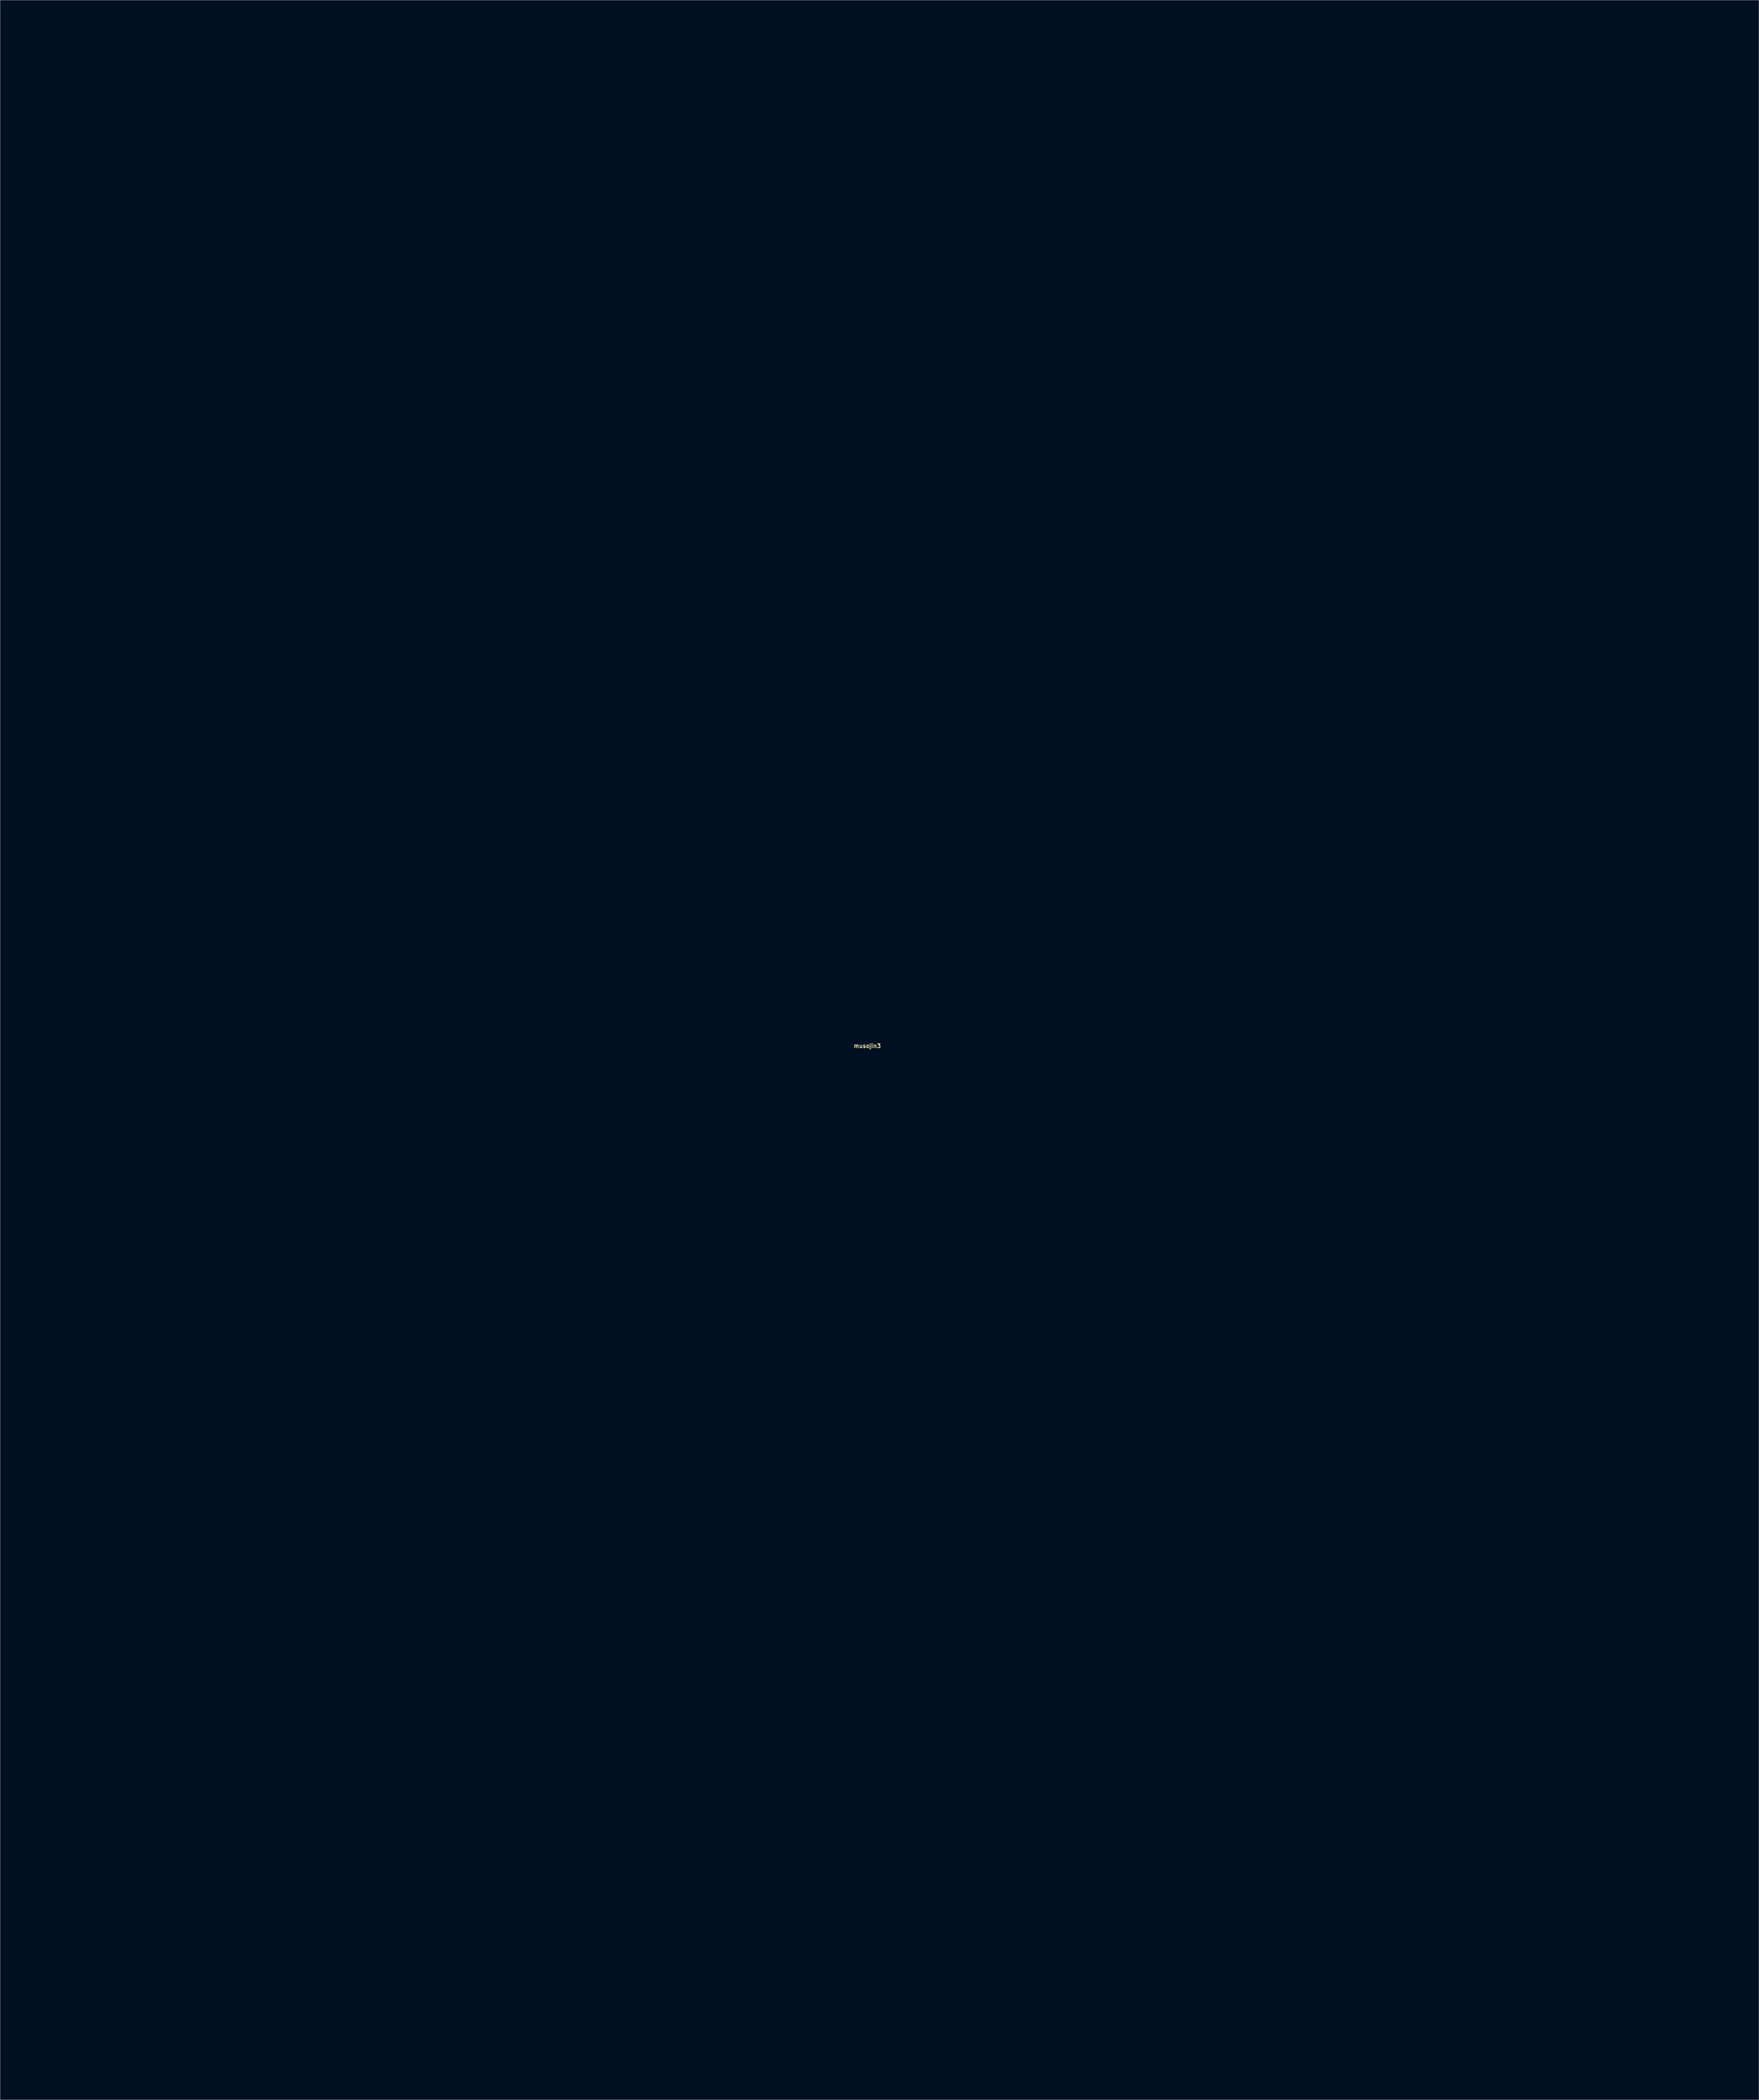
<source format=kicad_pcb>
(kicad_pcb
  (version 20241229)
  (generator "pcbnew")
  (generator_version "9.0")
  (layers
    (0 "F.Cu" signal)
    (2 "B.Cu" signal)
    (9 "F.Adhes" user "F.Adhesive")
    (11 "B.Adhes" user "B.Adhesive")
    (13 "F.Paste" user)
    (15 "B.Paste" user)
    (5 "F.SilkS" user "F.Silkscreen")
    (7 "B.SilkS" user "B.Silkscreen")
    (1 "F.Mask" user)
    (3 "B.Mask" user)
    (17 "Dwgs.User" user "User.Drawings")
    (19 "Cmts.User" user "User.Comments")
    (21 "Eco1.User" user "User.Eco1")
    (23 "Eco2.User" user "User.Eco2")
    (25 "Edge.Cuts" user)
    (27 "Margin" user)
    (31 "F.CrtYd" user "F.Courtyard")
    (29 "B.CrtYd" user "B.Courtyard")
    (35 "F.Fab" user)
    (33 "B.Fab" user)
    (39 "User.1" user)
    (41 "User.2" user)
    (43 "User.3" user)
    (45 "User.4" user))
  (footprint "musojin3"
    (layer "F.Cu")
    (at 327.975 396.085)
    (property "Reference" "musojin3" (at 0 0 0) (layer "F.SilkS") (effects (font (size 1.524 1.524) (thickness 0.3))))
    (attr through_hole)
    (fp_poly (pts (xy 254.637 360.164) (xy 254.877 364.331) (xy 258.473 364.331) (xy 260.853 364.575) (xy 261.786 365.153) (xy 261.311 365.837) (xy 259.463 366.4) (xy 258.105 366.56) (xy 254.794 366.804) (xy 254.794 373.75) (xy 254.893 378.017) (xy 255.285 380.88) (xy 256.11 382.517) (xy 257.51 383.103) (xy 259.625 382.815) (xy 261.541 382.211) (xy 262.325 382.069) (xy 261.969 382.67) (xy 260.901 383.708) (xy 258.048 385.363) (xy 254.817 385.702) (xy 252.016 384.814) (xy 250.803 384.009) (xy 250.008 383.02) (xy 249.544 381.519) (xy 249.322 379.176) (xy 249.253 375.661) (xy 249.25 374.502) (xy 249.238 366.813) (xy 246.658 366.564) (xy 244.078 366.316) (xy 247.253 364.662) (xy 250.453 362.177) (xy 252.412 359.502) (xy 254.397 355.997) (xy 254.637 360.164)) (stroke (width 0.01) (type solid)) (fill no) (layer "Eco2.User"))
    (fp_poly (pts (xy 237.664 365.198) (xy 239.854 366.438) (xy 241.047 368.177) (xy 241.137 369.447) (xy 240.395 371.004) (xy 239.027 371.359) (xy 237.385 370.559) (xy 235.874 368.739) (xy 234.114 366.554) (xy 232.396 365.916) (xy 230.827 366.828) (xy 229.75 368.671) (xy 228.805 371.707) (xy 228.732 374.659) (xy 229.438 378.031) (xy 230.817 380.884) (xy 232.848 382.614) (xy 235.193 383.15) (xy 237.512 382.42) (xy 239.468 380.352) (xy 239.567 380.183) (xy 240.758 378.464) (xy 241.604 377.888) (xy 241.89 378.512) (xy 241.669 379.611) (xy 240.061 382.457) (xy 237.405 384.463) (xy 234.078 385.489) (xy 230.457 385.399) (xy 228.02 384.629) (xy 225.034 382.52) (xy 223.148 379.615) (xy 222.353 376.254) (xy 222.639 372.776) (xy 223.996 369.522) (xy 226.415 366.83) (xy 228.559 365.54) (xy 231.672 364.642) (xy 234.822 364.564) (xy 237.664 365.198)) (stroke (width 0.01) (type solid)) (fill no) (layer "Eco2.User"))
    (fp_poly (pts (xy -66.935 364.637) (xy -63.342 365.753) (xy -60.437 367.852) (xy -58.48 370.804) (xy -57.729 374.479) (xy -57.727 374.65) (xy -58.451 378.254) (xy -60.416 381.34) (xy -63.314 383.727) (xy -66.834 385.239) (xy -70.669 385.695) (xy -74.508 384.917) (xy -75.077 384.678) (xy -78.351 382.424) (xy -80.344 379.28) (xy -80.963 375.694) (xy -80.881 375.104) (xy -74.492 375.104) (xy -74.274 377.317) (xy -73.338 380.605) (xy -71.806 382.866) (xy -69.897 383.958) (xy -67.834 383.739) (xy -66.203 382.504) (xy -65.13 380.356) (xy -64.628 377.301) (xy -64.691 373.909) (xy -65.313 370.751) (xy -66.362 368.557) (xy -68.387 366.623) (xy -70.339 366.114) (xy -72.07 366.869) (xy -73.437 368.726) (xy -74.292 371.525) (xy -74.492 375.104) (xy -80.881 375.104) (xy -80.381 371.506) (xy -78.602 368.329) (xy -75.573 366.072) (xy -75.155 365.874) (xy -70.959 364.634) (xy -66.935 364.637)) (stroke (width 0.01) (type solid)) (fill no) (layer "Eco2.User"))
    (fp_poly (pts (xy 279.934 364.637) (xy 283.527 365.753) (xy 286.431 367.852) (xy 288.389 370.804) (xy 289.14 374.479) (xy 289.141 374.65) (xy 288.418 378.254) (xy 286.452 381.34) (xy 283.555 383.727) (xy 280.034 385.239) (xy 276.2 385.695) (xy 272.36 384.917) (xy 271.792 384.678) (xy 268.518 382.424) (xy 266.525 379.28) (xy 265.906 375.694) (xy 265.988 375.104) (xy 272.377 375.104) (xy 272.595 377.317) (xy 273.53 380.605) (xy 275.063 382.866) (xy 276.971 383.958) (xy 279.035 383.739) (xy 280.666 382.504) (xy 281.739 380.356) (xy 282.241 377.301) (xy 282.178 373.909) (xy 281.556 370.751) (xy 280.507 368.557) (xy 278.481 366.623) (xy 276.53 366.114) (xy 274.799 366.869) (xy 273.432 368.726) (xy 272.576 371.525) (xy 272.377 375.104) (xy 265.988 375.104) (xy 266.487 371.506) (xy 268.266 368.329) (xy 271.296 366.072) (xy 271.714 365.874) (xy 275.91 364.634) (xy 279.934 364.637)) (stroke (width 0.01) (type solid)) (fill no) (layer "Eco2.User"))
    (fp_poly (pts (xy -84.67 364.917) (xy -83.24 366.372) (xy -82.745 368.241) (xy -83.354 370.069) (xy -84.386 370.997) (xy -85.65 371.389) (xy -86.833 370.611) (xy -87.3 370.075) (xy -88.504 368.433) (xy -89.139 367.297) (xy -89.761 366.867) (xy -90.988 367.732) (xy -91.753 368.788) (xy -92.258 370.434) (xy -92.573 373.017) (xy -92.749 376.255) (xy -92.863 379.633) (xy -92.833 381.765) (xy -92.582 382.992) (xy -92.033 383.653) (xy -91.109 384.089) (xy -90.963 384.145) (xy -89.462 384.847) (xy -88.9 385.346) (xy -89.633 385.534) (xy -91.589 385.678) (xy -94.403 385.755) (xy -95.647 385.762) (xy -98.696 385.686) (xy -101.027 385.483) (xy -102.278 385.191) (xy -102.394 385.061) (xy -101.736 384.311) (xy -100.889 383.967) (xy -99.947 383.37) (xy -99.392 381.949) (xy -99.077 379.322) (xy -99.076 379.31) (xy -98.894 374.397) (xy -99.106 370.466) (xy -99.687 367.694) (xy -100.613 366.256) (xy -100.913 366.121) (xy -102.292 365.538) (xy -102.25 364.978) (xy -100.95 364.544) (xy -98.556 364.337) (xy -98.028 364.331) (xy -95.505 364.4) (xy -94.191 364.698) (xy -93.709 365.362) (xy -93.662 365.919) (xy -93.465 367.21) (xy -93.192 367.506) (xy -92.304 367.063) (xy -90.795 365.99) (xy -90.704 365.919) (xy -88.704 364.781) (xy -86.865 364.331) (xy -84.67 364.917)) (stroke (width 0.01) (type solid)) (fill no) (layer "Eco2.User"))
    (fp_poly (pts (xy 59.792 364.917) (xy 61.222 366.372) (xy 61.717 368.241) (xy 61.108 370.069) (xy 60.077 370.997) (xy 58.813 371.389) (xy 57.629 370.611) (xy 57.163 370.075) (xy 55.958 368.433) (xy 55.323 367.297) (xy 54.701 366.867) (xy 53.475 367.732) (xy 52.709 368.788) (xy 52.205 370.434) (xy 51.889 373.017) (xy 51.714 376.255) (xy 51.6 379.633) (xy 51.63 381.765) (xy 51.881 382.992) (xy 52.43 383.653) (xy 53.354 384.089) (xy 53.5 384.145) (xy 55 384.847) (xy 55.562 385.346) (xy 54.83 385.534) (xy 52.874 385.678) (xy 50.059 385.755) (xy 48.816 385.762) (xy 45.767 385.686) (xy 43.435 385.483) (xy 42.185 385.191) (xy 42.069 385.061) (xy 42.726 384.311) (xy 43.573 383.967) (xy 44.516 383.37) (xy 45.071 381.949) (xy 45.386 379.322) (xy 45.387 379.31) (xy 45.569 374.397) (xy 45.357 370.466) (xy 44.776 367.694) (xy 43.849 366.256) (xy 43.549 366.121) (xy 42.17 365.538) (xy 42.213 364.978) (xy 43.513 364.544) (xy 45.906 364.337) (xy 46.434 364.331) (xy 48.957 364.4) (xy 50.272 364.698) (xy 50.753 365.362) (xy 50.8 365.919) (xy 50.998 367.21) (xy 51.27 367.506) (xy 52.158 367.063) (xy 53.667 365.99) (xy 53.758 365.919) (xy 55.759 364.781) (xy 57.597 364.331) (xy 59.792 364.917)) (stroke (width 0.01) (type solid)) (fill no) (layer "Eco2.User"))
    (fp_poly (pts (xy 309.824 364.917) (xy 311.253 366.372) (xy 311.748 368.241) (xy 311.14 370.069) (xy 310.108 370.997) (xy 308.844 371.389) (xy 307.661 370.611) (xy 307.194 370.075) (xy 305.989 368.433) (xy 305.355 367.297) (xy 304.732 366.867) (xy 303.506 367.732) (xy 302.741 368.788) (xy 302.236 370.434) (xy 301.92 373.017) (xy 301.745 376.255) (xy 301.631 379.633) (xy 301.661 381.765) (xy 301.912 382.992) (xy 302.461 383.653) (xy 303.385 384.089) (xy 303.531 384.145) (xy 305.032 384.847) (xy 305.594 385.346) (xy 304.861 385.534) (xy 302.905 385.678) (xy 300.091 385.755) (xy 298.847 385.762) (xy 295.798 385.686) (xy 293.466 385.483) (xy 292.216 385.191) (xy 292.1 385.061) (xy 292.758 384.311) (xy 293.604 383.967) (xy 294.547 383.37) (xy 295.102 381.949) (xy 295.417 379.322) (xy 295.418 379.31) (xy 295.6 374.397) (xy 295.388 370.466) (xy 294.807 367.694) (xy 293.88 366.256) (xy 293.581 366.121) (xy 292.201 365.538) (xy 292.244 364.978) (xy 293.544 364.544) (xy 295.938 364.337) (xy 296.466 364.331) (xy 298.989 364.4) (xy 300.303 364.698) (xy 300.785 365.362) (xy 300.831 365.919) (xy 301.029 367.21) (xy 301.301 367.506) (xy 302.189 367.063) (xy 303.698 365.99) (xy 303.79 365.919) (xy 305.79 364.781) (xy 307.628 364.331) (xy 309.824 364.917)) (stroke (width 0.01) (type solid)) (fill no) (layer "Eco2.User"))
    (fp_poly (pts (xy 78.81 364.968) (xy 81.786 366.676) (xy 83.934 369.154) (xy 84.908 372.1) (xy 84.931 372.638) (xy 84.879 373.585) (xy 84.518 374.176) (xy 83.547 374.494) (xy 81.66 374.624) (xy 78.556 374.65) (xy 77.688 374.65) (xy 70.445 374.65) (xy 70.954 377.192) (xy 72.077 380.034) (xy 73.973 382.208) (xy 76.255 383.314) (xy 76.934 383.378) (xy 78.988 382.962) (xy 81.309 381.948) (xy 81.577 381.791) (xy 83.638 380.604) (xy 84.575 380.314) (xy 84.57 380.913) (xy 84.189 381.698) (xy 82.765 383.085) (xy 80.318 384.378) (xy 77.406 385.346) (xy 74.587 385.758) (xy 74.398 385.76) (xy 71.909 385.328) (xy 69.427 384.288) (xy 69.347 384.24) (xy 67.262 382.673) (xy 65.628 380.963) (xy 65.577 380.891) (xy 64.612 378.417) (xy 64.346 375.219) (xy 64.754 372.166) (xy 70.902 372.166) (xy 71.247 372.811) (xy 72.522 373.036) (xy 74.622 373.062) (xy 77.263 372.907) (xy 78.687 372.373) (xy 79.136 371.747) (xy 79.115 369.913) (xy 78.151 367.917) (xy 76.648 366.435) (xy 75.733 366.082) (xy 73.832 366.543) (xy 72.191 368.276) (xy 71.132 370.88) (xy 70.902 372.166) (xy 64.754 372.166) (xy 64.777 371.995) (xy 65.611 369.886) (xy 67.738 367.52) (xy 70.767 365.583) (xy 74.014 364.464) (xy 75.355 364.331) (xy 78.81 364.968)) (stroke (width 0.01) (type solid)) (fill no) (layer "Eco2.User"))
    (fp_poly (pts (xy -168.108 -391.051) (xy -166.953 -390.341) (xy -164.969 -388.701) (xy -162.401 -386.371) (xy -159.493 -383.589) (xy -156.49 -380.596) (xy -153.638 -377.63) (xy -151.181 -374.93) (xy -149.375 -372.75) (xy -147.627 -370.453) (xy -141.48 -372.273) (xy -138.656 -373.133) (xy -134.719 -374.365) (xy -130.062 -375.843) (xy -125.081 -377.443) (xy -121.383 -378.643) (xy -114.089 -380.939) (xy -108.234 -382.596) (xy -103.802 -383.617) (xy -100.782 -384.006) (xy -99.158 -383.766) (xy -98.925 -383.548) (xy -99.284 -382.744) (xy -100.653 -381.281) (xy -102.761 -379.438) (xy -103.403 -378.926) (xy -106.749 -376.109) (xy -110.799 -372.393) (xy -115.236 -368.094) (xy -119.745 -363.531) (xy -124.011 -359.022) (xy -127.716 -354.884) (xy -129.894 -352.27) (xy -136.925 -343.896) (xy -143.617 -336.838) (xy -149.918 -331.146) (xy -155.774 -326.87) (xy -159.055 -325.003) (xy -161.853 -323.683) (xy -164.228 -322.711) (xy -165.726 -322.271) (xy -165.85 -322.262) (xy -166.859 -322.805) (xy -168.723 -324.295) (xy -171.207 -326.528) (xy -174.076 -329.297) (xy -175.169 -330.398) (xy -180.931 -336.617) (xy -185.335 -342.169) (xy -188.432 -347.124) (xy -190.269 -351.555) (xy -190.49 -352.383) (xy -190.975 -355.051) (xy -190.923 -357.405) (xy -190.296 -360.258) (xy -190.112 -360.915) (xy -187.806 -367.131) (xy -184.368 -373.496) (xy -179.69 -380.184) (xy -174.082 -386.904) (xy -171.849 -389.294) (xy -170.273 -390.631) (xy -169.052 -391.125) (xy -168.108 -391.051)) (stroke (width 0.01) (type solid)) (fill no) (layer "Eco2.User"))
    (fp_poly (pts (xy 100.306 364.513) (xy 103.033 365.136) (xy 105.12 366.31) (xy 105.755 367.03) (xy 106.028 368.19) (xy 106.236 370.497) (xy 106.343 373.507) (xy 106.35 374.387) (xy 106.422 378.35) (xy 106.664 380.98) (xy 107.147 382.527) (xy 107.939 383.241) (xy 108.829 383.381) (xy 110.072 383.709) (xy 110.331 384.126) (xy 109.628 384.787) (xy 107.866 385.263) (xy 105.569 385.506) (xy 103.262 385.467) (xy 101.467 385.094) (xy 101.238 384.987) (xy 99.258 384.425) (xy 97.783 384.888) (xy 94.71 385.716) (xy 91.664 385.103) (xy 90.664 384.527) (xy 89.235 382.741) (xy 88.9 380.616) (xy 89.069 379.78) (xy 94.42 379.78) (xy 94.769 382.258) (xy 95.829 383.247) (xy 97.461 383.194) (xy 99.105 382.174) (xy 99.571 381.617) (xy 100.36 379.699) (xy 100.784 377.129) (xy 100.806 376.446) (xy 100.806 373.039) (xy 97.83 374.917) (xy 95.428 377.14) (xy 94.42 379.78) (xy 89.069 379.78) (xy 89.366 378.317) (xy 90.892 376.399) (xy 93.675 374.677) (xy 96.384 373.523) (xy 99.006 372.219) (xy 100.318 370.73) (xy 100.5 370.208) (xy 100.492 367.997) (xy 99.49 366.542) (xy 97.937 366.015) (xy 96.273 366.588) (xy 95.084 368.102) (xy 93.757 369.731) (xy 92.121 370.372) (xy 90.656 369.99) (xy 89.845 368.549) (xy 89.835 368.482) (xy 90.292 366.854) (xy 91.932 365.61) (xy 94.391 364.783) (xy 97.304 364.406) (xy 100.306 364.513)) (stroke (width 0.01) (type solid)) (fill no) (layer "Eco2.User"))
    (fp_poly (pts (xy 209.05 364.513) (xy 211.777 365.136) (xy 213.863 366.31) (xy 214.499 367.03) (xy 214.772 368.19) (xy 214.98 370.497) (xy 215.087 373.507) (xy 215.094 374.387) (xy 215.165 378.35) (xy 215.408 380.98) (xy 215.891 382.527) (xy 216.683 383.241) (xy 217.572 383.381) (xy 218.816 383.709) (xy 219.075 384.126) (xy 218.371 384.787) (xy 216.61 385.263) (xy 214.313 385.506) (xy 212.006 385.467) (xy 210.211 385.094) (xy 209.982 384.987) (xy 208.001 384.425) (xy 206.526 384.888) (xy 203.454 385.716) (xy 200.408 385.103) (xy 199.408 384.527) (xy 197.978 382.741) (xy 197.644 380.616) (xy 197.813 379.78) (xy 203.164 379.78) (xy 203.513 382.258) (xy 204.573 383.247) (xy 206.205 383.194) (xy 207.849 382.174) (xy 208.314 381.617) (xy 209.104 379.699) (xy 209.527 377.129) (xy 209.55 376.446) (xy 209.55 373.039) (xy 206.573 374.917) (xy 204.172 377.14) (xy 203.164 379.78) (xy 197.813 379.78) (xy 198.109 378.317) (xy 199.636 376.399) (xy 202.419 374.677) (xy 205.127 373.523) (xy 207.75 372.219) (xy 209.062 370.73) (xy 209.243 370.208) (xy 209.235 367.997) (xy 208.234 366.542) (xy 206.681 366.015) (xy 205.017 366.588) (xy 203.828 368.102) (xy 202.501 369.731) (xy 200.864 370.372) (xy 199.4 369.99) (xy 198.589 368.549) (xy 198.579 368.482) (xy 199.035 366.854) (xy 200.676 365.61) (xy 203.135 364.783) (xy 206.048 364.406) (xy 209.05 364.513)) (stroke (width 0.01) (type solid)) (fill no) (layer "Eco2.User"))
    (fp_poly (pts (xy 13.726 352.549) (xy 14.486 352.566) (xy 20.109 352.771) (xy 24.431 353.14) (xy 27.739 353.752) (xy 30.316 354.686) (xy 32.448 356.018) (xy 34.42 357.829) (xy 34.689 358.113) (xy 37.377 362.069) (xy 38.735 366.508) (xy 38.807 371.112) (xy 37.634 375.564) (xy 35.26 379.549) (xy 31.726 382.748) (xy 31.357 382.984) (xy 29.884 383.868) (xy 28.57 384.507) (xy 27.118 384.946) (xy 25.233 385.233) (xy 22.619 385.414) (xy 18.981 385.535) (xy 14.551 385.632) (xy 9.13 385.701) (xy 5.221 385.648) (xy 2.755 385.472) (xy 1.66 385.168) (xy 1.587 385.037) (xy 2.247 384.322) (xy 3.078 384.175) (xy 4.289 383.963) (xy 5.188 383.186) (xy 5.838 381.631) (xy 6.301 379.084) (xy 6.64 375.332) (xy 6.712 374.052) (xy 14.422 374.052) (xy 14.5 378.4) (xy 14.704 381.315) (xy 15.037 382.87) (xy 15.159 383.078) (xy 16.824 383.975) (xy 19.33 384.126) (xy 22.141 383.572) (xy 24.687 382.373) (xy 27.551 379.727) (xy 29.328 376.245) (xy 30.107 371.718) (xy 30.161 369.857) (xy 29.62 364.61) (xy 28.054 360.322) (xy 25.56 357.119) (xy 22.23 355.123) (xy 18.464 354.46) (xy 14.684 354.409) (xy 14.467 368.196) (xy 14.422 374.052) (xy 6.712 374.052) (xy 6.863 371.342) (xy 7.078 365.685) (xy 7.087 361.414) (xy 6.863 358.339) (xy 6.377 356.269) (xy 5.601 355.012) (xy 4.506 354.378) (xy 4.331 354.33) (xy 2.861 353.692) (xy 2.381 353.061) (xy 3.153 352.762) (xy 5.383 352.573) (xy 8.949 352.5) (xy 13.726 352.549)) (stroke (width 0.01) (type solid)) (fill no) (layer "Eco2.User"))
    (fp_poly (pts (xy 335.093 364.397) (xy 336.819 364.568) (xy 337.344 364.766) (xy 336.809 365.533) (xy 335.505 366.816) (xy 335.355 366.949) (xy 334.018 368.75) (xy 332.379 372.045) (xy 330.467 376.774) (xy 329.788 378.619) (xy 328.259 382.749) (xy 326.717 386.729) (xy 325.339 390.113) (xy 324.299 392.458) (xy 324.272 392.516) (xy 322.234 395.677) (xy 319.799 397.911) (xy 317.235 399.109) (xy 314.813 399.163) (xy 312.799 397.964) (xy 312.303 397.325) (xy 311.491 395.517) (xy 311.84 393.898) (xy 311.915 393.753) (xy 313.343 392.361) (xy 315.125 392.339) (xy 316.861 393.66) (xy 317.176 394.097) (xy 318.306 395.512) (xy 319.15 396.081) (xy 320.134 395.424) (xy 321.392 393.787) (xy 322.626 391.672) (xy 323.54 389.581) (xy 323.843 388.158) (xy 323.503 386.47) (xy 322.598 383.767) (xy 321.288 380.412) (xy 319.733 376.766) (xy 318.094 373.193) (xy 316.529 370.056) (xy 315.199 367.717) (xy 314.325 366.585) (xy 313.133 365.436) (xy 312.738 364.799) (xy 313.469 364.587) (xy 315.419 364.429) (xy 318.216 364.352) (xy 319.286 364.349) (xy 322.47 364.372) (xy 324.294 364.466) (xy 324.986 364.7) (xy 324.775 365.143) (xy 324.003 365.776) (xy 322.172 367.185) (xy 324.137 372.599) (xy 325.207 375.371) (xy 326.173 377.569) (xy 326.836 378.745) (xy 326.866 378.778) (xy 327.537 378.542) (xy 328.456 376.841) (xy 329.312 374.56) (xy 330.43 370.95) (xy 330.89 368.534) (xy 330.693 367.065) (xy 329.842 366.295) (xy 329.406 366.149) (xy 327.955 365.558) (xy 327.942 365.004) (xy 329.218 364.571) (xy 331.634 364.346) (xy 332.581 364.331) (xy 335.093 364.397)) (stroke (width 0.01) (type solid)) (fill no) (layer "Eco2.User"))
    (fp_poly (pts (xy -102.903 355.402) (xy -102.452 358.504) (xy -102.419 360.172) (xy -102.873 360.52) (xy -103.884 359.662) (xy -104.817 358.578) (xy -108.112 355.764) (xy -112.207 354.303) (xy -116.284 354.148) (xy -119.459 354.409) (xy -119.69 360.958) (xy -119.778 364.17) (xy -119.716 366.114) (xy -119.435 367.107) (xy -118.865 367.464) (xy -118.249 367.506) (xy -115.321 366.786) (xy -113.1 364.667) (xy -112.369 363.305) (xy -111.85 362.211) (xy -111.52 361.925) (xy -111.332 362.638) (xy -111.238 364.541) (xy -111.193 367.826) (xy -111.19 368.148) (xy -111.236 371.862) (xy -111.444 374.199) (xy -111.805 375.07) (xy -111.919 375.047) (xy -112.649 373.898) (xy -112.713 373.413) (xy -113.39 371.715) (xy -115.035 370.148) (xy -117.069 369.195) (xy -117.872 369.094) (xy -119.033 369.222) (xy -119.642 369.872) (xy -119.899 371.44) (xy -119.976 373.261) (xy -120.003 377.723) (xy -119.733 380.829) (xy -119.092 382.795) (xy -118.006 383.838) (xy -116.398 384.172) (xy -116.187 384.175) (xy -114.743 384.459) (xy -114.3 384.969) (xy -115.06 385.324) (xy -117.211 385.582) (xy -120.558 385.726) (xy -123.23 385.751) (xy -127.043 385.725) (xy -129.46 385.641) (xy -130.67 385.471) (xy -130.864 385.188) (xy -130.231 384.764) (xy -130.186 384.74) (xy -129.032 383.855) (xy -128.189 382.391) (xy -127.614 380.13) (xy -127.262 376.851) (xy -127.09 372.335) (xy -127.054 369.094) (xy -127.079 363.925) (xy -127.238 360.124) (xy -127.578 357.478) (xy -128.146 355.768) (xy -128.989 354.779) (xy -130.154 354.296) (xy -130.286 354.268) (xy -132.24 353.755) (xy -132.649 353.317) (xy -131.553 352.959) (xy -128.994 352.687) (xy -125.012 352.509) (xy -119.647 352.429) (xy -117.976 352.425) (xy -103.395 352.425) (xy -102.903 355.402)) (stroke (width 0.01) (type solid)) (fill no) (layer "Eco2.User"))
    (fp_poly (pts (xy 197.134 355.402) (xy 197.586 358.504) (xy 197.618 360.172) (xy 197.164 360.52) (xy 196.154 359.662) (xy 195.221 358.578) (xy 191.926 355.764) (xy 187.83 354.303) (xy 183.753 354.148) (xy 180.578 354.409) (xy 180.348 360.958) (xy 180.26 364.17) (xy 180.322 366.114) (xy 180.603 367.107) (xy 181.173 367.464) (xy 181.789 367.506) (xy 184.717 366.786) (xy 186.937 364.667) (xy 187.669 363.305) (xy 188.187 362.211) (xy 188.517 361.925) (xy 188.706 362.638) (xy 188.8 364.541) (xy 188.845 367.826) (xy 188.848 368.148) (xy 188.802 371.862) (xy 188.594 374.199) (xy 188.233 375.07) (xy 188.119 375.047) (xy 187.388 373.898) (xy 187.325 373.413) (xy 186.648 371.715) (xy 185.003 370.148) (xy 182.968 369.195) (xy 182.166 369.094) (xy 181.004 369.222) (xy 180.395 369.872) (xy 180.138 371.44) (xy 180.062 373.261) (xy 180.035 377.723) (xy 180.304 380.829) (xy 180.945 382.795) (xy 182.032 383.838) (xy 183.64 384.172) (xy 183.85 384.175) (xy 185.295 384.459) (xy 185.738 384.969) (xy 184.977 385.324) (xy 182.826 385.582) (xy 179.48 385.726) (xy 176.808 385.751) (xy 172.994 385.725) (xy 170.577 385.641) (xy 169.367 385.471) (xy 169.174 385.188) (xy 169.806 384.764) (xy 169.852 384.74) (xy 171.006 383.855) (xy 171.848 382.391) (xy 172.424 380.13) (xy 172.775 376.851) (xy 172.948 372.335) (xy 172.983 369.094) (xy 172.958 363.925) (xy 172.799 360.124) (xy 172.459 357.478) (xy 171.892 355.768) (xy 171.049 354.779) (xy 169.884 354.296) (xy 169.752 354.268) (xy 167.798 353.755) (xy 167.389 353.317) (xy 168.484 352.959) (xy 171.044 352.687) (xy 175.026 352.509) (xy 180.39 352.429) (xy 182.062 352.425) (xy 196.642 352.425) (xy 197.134 355.402)) (stroke (width 0.01) (type solid)) (fill no) (layer "Eco2.User"))
    (fp_poly (pts (xy 264.92 -104.086) (xy 264.75 -102.375) (xy 264.655 -101.798) (xy 264.049 -100.194) (xy 262.609 -97.362) (xy 260.387 -93.389) (xy 257.437 -88.364) (xy 253.813 -82.376) (xy 249.566 -75.511) (xy 244.752 -67.858) (xy 239.421 -59.505) (xy 234.571 -51.991) (xy 231.73 -47.46) (xy 228.839 -42.589) (xy 226.18 -37.869) (xy 224.033 -33.788) (xy 223.427 -32.544) (xy 218.476 -22.332) (xy 212.884 -11.276) (xy 206.896 0.167) (xy 200.754 11.538) (xy 194.702 22.38) (xy 188.985 32.235) (xy 188.651 32.797) (xy 186.364 36.693) (xy 184.253 40.397) (xy 182.511 43.561) (xy 181.335 45.833) (xy 181.103 46.331) (xy 178.259 51.088) (xy 174.46 54.927) (xy 171.325 56.918) (xy 168.076 58.407) (xy 165.702 59.059) (xy 163.729 58.869) (xy 161.683 57.834) (xy 160.266 56.839) (xy 153.861 51.423) (xy 149.025 45.809) (xy 145.753 39.986) (xy 144.039 33.947) (xy 143.796 31.609) (xy 143.707 29.652) (xy 143.753 28.006) (xy 144.024 26.389) (xy 144.613 24.52) (xy 145.61 22.118) (xy 147.108 18.901) (xy 149.198 14.588) (xy 149.614 13.734) (xy 151.708 9.396) (xy 153.636 5.321) (xy 155.252 1.82) (xy 156.414 -0.798) (xy 156.897 -1.984) (xy 157.902 -5.226) (xy 159.011 -9.667) (xy 160.188 -15.077) (xy 161.398 -21.228) (xy 162.605 -27.888) (xy 163.772 -34.828) (xy 164.864 -41.819) (xy 165.845 -48.629) (xy 166.679 -55.029) (xy 167.329 -60.789) (xy 167.76 -65.68) (xy 167.937 -69.471) (xy 167.829 -71.887) (xy 167.707 -74.509) (xy 168.365 -75.761) (xy 169.847 -75.681) (xy 171.368 -74.871) (xy 177.785 -70.638) (xy 183.049 -66.872) (xy 187.423 -63.322) (xy 191.17 -59.74) (xy 194.554 -55.875) (xy 197.837 -51.476) (xy 201.038 -46.676) (xy 203.018 -43.645) (xy 204.692 -41.18) (xy 205.875 -39.546) (xy 206.375 -39.006) (xy 207.149 -39.605) (xy 208.844 -41.284) (xy 211.348 -43.919) (xy 214.55 -47.382) (xy 218.338 -51.549) (xy 222.601 -56.295) (xy 227.226 -61.493) (xy 232.102 -67.019) (xy 237.117 -72.746) (xy 242.161 -78.55) (xy 247.12 -84.304) (xy 251.884 -89.884) (xy 256.246 -95.052) (xy 259.03 -98.343) (xy 261.454 -101.157) (xy 263.34 -103.29) (xy 264.507 -104.537) (xy 264.793 -104.775) (xy 264.92 -104.086)) (stroke (width 0.01) (type solid)) (fill no) (layer "Eco2.User"))
    (fp_poly (pts (xy -46.42 -395.867) (xy -43.839 -395.279) (xy -40.348 -394.392) (xy -36.252 -393.283) (xy -33.644 -392.546) (xy -28.814 -391.129) (xy -25.181 -389.963) (xy -22.402 -388.902) (xy -20.137 -387.802) (xy -18.045 -386.516) (xy -15.922 -385.004) (xy -12.854 -382.537) (xy -9.341 -379.422) (xy -5.988 -376.202) (xy -4.906 -375.089) (xy -0.948 -370.443) (xy 1.561 -366.305) (xy 2.634 -362.575) (xy 2.285 -359.148) (xy 0.531 -355.924) (xy -1.83 -353.461) (xy -3.265 -352.283) (xy -5.037 -351.004) (xy -7.292 -349.538) (xy -10.181 -347.798) (xy -13.85 -345.699) (xy -18.449 -343.153) (xy -24.126 -340.075) (xy -31.029 -336.377) (xy -32.941 -335.359) (xy -37.737 -332.801) (xy -42.048 -330.496) (xy -45.683 -328.546) (xy -48.449 -327.054) (xy -50.156 -326.123) (xy -50.63 -325.852) (xy -50.014 -325.49) (xy -48.163 -324.611) (xy -45.304 -323.32) (xy -41.666 -321.718) (xy -37.93 -320.105) (xy -25.003 -314.565) (xy -24.013 -310.675) (xy -23.505 -308.247) (xy -23.313 -306.398) (xy -23.372 -305.847) (xy -24.29 -305.175) (xy -26.527 -304.196) (xy -29.862 -302.981) (xy -34.072 -301.601) (xy -38.937 -300.126) (xy -44.232 -298.629) (xy -49.737 -297.18) (xy -52.784 -296.426) (xy -60.377 -294.719) (xy -68.69 -293.069) (xy -77.561 -291.493) (xy -86.825 -290.009) (xy -96.319 -288.632) (xy -105.879 -287.381) (xy -115.34 -286.272) (xy -124.54 -285.323) (xy -133.314 -284.549) (xy -141.499 -283.969) (xy -148.93 -283.599) (xy -155.444 -283.457) (xy -160.877 -283.558) (xy -165.066 -283.921) (xy -167.687 -284.503) (xy -171.424 -286.383) (xy -173.863 -288.995) (xy -175.141 -292.543) (xy -175.419 -296.002) (xy -175.321 -298.176) (xy -174.925 -300.022) (xy -174.075 -301.653) (xy -172.617 -303.182) (xy -170.394 -304.723) (xy -167.253 -306.389) (xy -163.039 -308.294) (xy -157.595 -310.55) (xy -153.012 -312.383) (xy -144.963 -315.703) (xy -136.409 -319.459) (xy -127.655 -323.5) (xy -119.006 -327.678) (xy -110.768 -331.843) (xy -103.248 -335.845) (xy -96.751 -339.535) (xy -93.798 -341.331) (xy -85.174 -347.026) (xy -76.804 -353.1) (xy -69.08 -359.254) (xy -62.398 -365.185) (xy -61.648 -365.903) (xy -54.638 -372.68) (xy -59.466 -377.63) (xy -62.166 -380.165) (xy -64.976 -382.429) (xy -67.374 -384.01) (xy -67.804 -384.229) (xy -69.96 -385.431) (xy -71.444 -386.608) (xy -71.769 -387.069) (xy -71.736 -388.996) (xy -70.431 -390.878) (xy -68.919 -391.919) (xy -67.404 -392.431) (xy -64.729 -393.104) (xy -61.305 -393.857) (xy -57.542 -394.609) (xy -53.849 -395.281) (xy -50.636 -395.791) (xy -48.314 -396.059) (xy -47.785 -396.08) (xy -46.42 -395.867)) (stroke (width 0.01) (type solid)) (fill no) (layer "Eco2.User"))
    (fp_poly (pts (xy -46.553 364.389) (xy -45.115 364.644) (xy -44.538 365.216) (xy -44.45 365.919) (xy -44.196 367.263) (xy -43.327 367.269) (xy -41.994 366.248) (xy -39.601 364.952) (xy -36.671 364.518) (xy -33.897 364.986) (xy -32.62 365.698) (xy -31.322 366.631) (xy -30.244 366.788) (xy -28.701 366.18) (xy -27.9 365.777) (xy -24.406 364.561) (xy -21.201 364.491) (xy -18.658 365.563) (xy -18.256 365.919) (xy -17.473 366.931) (xy -16.995 368.304) (xy -16.75 370.417) (xy -16.671 373.65) (xy -16.669 374.585) (xy -16.607 378.745) (xy -16.39 381.552) (xy -15.966 383.236) (xy -15.287 384.028) (xy -14.599 384.175) (xy -13.599 384.632) (xy -13.494 384.969) (xy -14.232 385.369) (xy -16.232 385.647) (xy -19.168 385.762) (xy -19.447 385.762) (xy -22.607 385.644) (xy -24.655 385.324) (xy -25.461 384.86) (xy -24.893 384.305) (xy -23.783 383.937) (xy -23.041 383.631) (xy -22.584 382.979) (xy -22.358 381.673) (xy -22.312 379.402) (xy -22.392 375.86) (xy -22.394 375.793) (xy -22.552 372.072) (xy -22.802 369.63) (xy -23.203 368.155) (xy -23.813 367.339) (xy -24.018 367.194) (xy -25.506 366.76) (xy -27.368 367.414) (xy -27.59 367.535) (xy -28.733 368.324) (xy -29.46 369.391) (xy -29.931 371.145) (xy -30.305 373.998) (xy -30.377 374.679) (xy -30.599 379.18) (xy -30.191 382.254) (xy -29.158 383.89) (xy -28.195 384.175) (xy -27.128 384.598) (xy -26.988 384.969) (xy -27.726 385.369) (xy -29.726 385.647) (xy -32.661 385.762) (xy -32.941 385.762) (xy -36.231 385.638) (xy -38.271 385.292) (xy -38.957 384.764) (xy -38.188 384.094) (xy -37.703 383.888) (xy -37.139 383.353) (xy -36.778 382.091) (xy -36.582 379.834) (xy -36.514 376.312) (xy -36.513 375.444) (xy -36.591 371.342) (xy -36.892 368.637) (xy -37.517 367.143) (xy -38.566 366.675) (xy -40.139 367.047) (xy -40.881 367.363) (xy -42.607 369.005) (xy -43.781 372.053) (xy -44.375 376.416) (xy -44.446 378.891) (xy -44.372 381.564) (xy -44.06 383.053) (xy -43.385 383.759) (xy -42.862 383.945) (xy -41.386 384.524) (xy -41.363 385.05) (xy -42.659 385.465) (xy -45.142 385.715) (xy -47.228 385.762) (xy -50.228 385.664) (xy -52.319 385.397) (xy -53.176 385.006) (xy -53.181 384.969) (xy -52.541 384.259) (xy -52.027 384.175) (xy -51.008 383.406) (xy -50.363 381.113) (xy -50.095 377.313) (xy -50.16 373.062) (xy -50.337 369.962) (xy -50.631 368.071) (xy -51.157 367.009) (xy -52.027 366.399) (xy -52.189 366.326) (xy -53.711 365.442) (xy -53.668 364.813) (xy -52.066 364.442) (xy -49.212 364.331) (xy -46.553 364.389)) (stroke (width 0.01) (type solid)) (fill no) (layer "Eco2.User"))
    (fp_poly (pts (xy 119.341 364.389) (xy 120.779 364.644) (xy 121.356 365.216) (xy 121.444 365.919) (xy 121.698 367.263) (xy 122.567 367.269) (xy 123.899 366.248) (xy 126.293 364.952) (xy 129.223 364.518) (xy 131.997 364.986) (xy 133.274 365.698) (xy 134.572 366.631) (xy 135.649 366.788) (xy 137.193 366.18) (xy 137.994 365.777) (xy 141.488 364.561) (xy 144.693 364.491) (xy 147.236 365.563) (xy 147.637 365.919) (xy 148.42 366.931) (xy 148.899 368.304) (xy 149.143 370.417) (xy 149.223 373.65) (xy 149.225 374.585) (xy 149.286 378.745) (xy 149.504 381.552) (xy 149.927 383.236) (xy 150.606 384.028) (xy 151.294 384.175) (xy 152.295 384.632) (xy 152.4 384.969) (xy 151.661 385.369) (xy 149.662 385.647) (xy 146.726 385.762) (xy 146.447 385.762) (xy 143.287 385.644) (xy 141.238 385.324) (xy 140.432 384.86) (xy 141.001 384.305) (xy 142.111 383.937) (xy 142.853 383.631) (xy 143.31 382.979) (xy 143.536 381.673) (xy 143.582 379.402) (xy 143.502 375.86) (xy 143.5 375.793) (xy 143.342 372.072) (xy 143.091 369.63) (xy 142.691 368.155) (xy 142.081 367.339) (xy 141.876 367.194) (xy 140.388 366.76) (xy 138.525 367.414) (xy 138.304 367.535) (xy 137.161 368.324) (xy 136.434 369.391) (xy 135.963 371.145) (xy 135.589 373.998) (xy 135.517 374.679) (xy 135.295 379.18) (xy 135.702 382.254) (xy 136.735 383.89) (xy 137.699 384.175) (xy 138.766 384.598) (xy 138.906 384.969) (xy 138.168 385.369) (xy 136.168 385.647) (xy 133.232 385.762) (xy 132.953 385.762) (xy 129.662 385.638) (xy 127.623 385.292) (xy 126.937 384.764) (xy 127.706 384.094) (xy 128.191 383.888) (xy 128.755 383.353) (xy 129.116 382.091) (xy 129.311 379.834) (xy 129.38 376.312) (xy 129.381 375.444) (xy 129.303 371.342) (xy 129.002 368.637) (xy 128.377 367.143) (xy 127.328 366.675) (xy 125.755 367.047) (xy 125.013 367.363) (xy 123.287 369.005) (xy 122.113 372.053) (xy 121.519 376.416) (xy 121.448 378.891) (xy 121.522 381.564) (xy 121.834 383.053) (xy 122.509 383.759) (xy 123.031 383.945) (xy 124.508 384.524) (xy 124.531 385.05) (xy 123.234 385.465) (xy 120.752 385.715) (xy 118.666 385.762) (xy 115.666 385.664) (xy 113.575 385.397) (xy 112.718 385.006) (xy 112.713 384.969) (xy 113.353 384.259) (xy 113.867 384.175) (xy 114.886 383.406) (xy 115.53 381.113) (xy 115.798 377.313) (xy 115.734 373.062) (xy 115.557 369.962) (xy 115.263 368.071) (xy 114.737 367.009) (xy 113.866 366.399) (xy 113.705 366.326) (xy 112.183 365.442) (xy 112.225 364.813) (xy 113.827 364.442) (xy 116.681 364.331) (xy 119.341 364.389)) (stroke (width 0.01) (type solid)) (fill no) (layer "Eco2.User"))
    (fp_poly (pts (xy 274.621 -119.036) (xy 278.447 -118.917) (xy 280.505 -118.842) (xy 289.475 -118.173) (xy 297.122 -116.854) (xy 303.594 -114.836) (xy 309.034 -112.076) (xy 313.59 -108.525) (xy 313.838 -108.287) (xy 316.839 -104.844) (xy 318.802 -101.198) (xy 319.877 -96.939) (xy 320.214 -91.66) (xy 320.211 -90.884) (xy 320.141 -88.332) (xy 319.946 -85.898) (xy 319.569 -83.399) (xy 318.956 -80.648) (xy 318.05 -77.461) (xy 316.798 -73.653) (xy 315.143 -69.038) (xy 313.03 -63.432) (xy 310.405 -56.649) (xy 308.618 -52.085) (xy 305.839 -44.965) (xy 303.563 -39.013) (xy 301.688 -33.926) (xy 300.116 -29.404) (xy 298.745 -25.145) (xy 297.476 -20.847) (xy 296.209 -16.208) (xy 294.843 -10.928) (xy 294.488 -9.525) (xy 293.401 -4.885) (xy 292.125 1.127) (xy 290.695 8.308) (xy 289.145 16.459) (xy 287.511 25.379) (xy 285.825 34.867) (xy 284.124 44.721) (xy 282.44 54.742) (xy 280.809 64.729) (xy 279.266 74.48) (xy 277.843 83.795) (xy 276.577 92.473) (xy 275.501 100.314) (xy 275.08 103.584) (xy 274.699 106.915) (xy 274.22 111.563) (xy 273.668 117.264) (xy 273.065 123.75) (xy 272.434 130.758) (xy 271.8 138.02) (xy 271.185 145.273) (xy 270.612 152.25) (xy 270.106 158.686) (xy 269.688 164.315) (xy 269.471 167.481) (xy 268.912 174.368) (xy 268.181 179.972) (xy 267.206 184.596) (xy 265.915 188.541) (xy 264.236 192.11) (xy 263.089 194.072) (xy 259.257 199.097) (xy 254.606 203.076) (xy 249.025 206.059) (xy 242.4 208.093) (xy 234.619 209.227) (xy 227.012 209.519) (xy 222.573 209.476) (xy 219.313 209.318) (xy 216.827 208.994) (xy 214.709 208.454) (xy 212.706 207.708) (xy 206.055 204.152) (xy 199.62 199.046) (xy 193.401 192.384) (xy 187.393 184.165) (xy 181.595 174.384) (xy 176.005 163.038) (xy 170.62 150.124) (xy 166.18 137.846) (xy 164.257 131.717) (xy 163.116 126.952) (xy 162.755 123.555) (xy 163.177 121.531) (xy 163.818 120.972) (xy 164.817 121.283) (xy 166.831 122.436) (xy 169.633 124.285) (xy 172.998 126.686) (xy 174.732 127.982) (xy 183.157 134.129) (xy 190.747 139.151) (xy 197.682 143.146) (xy 204.142 146.209) (xy 210.309 148.438) (xy 215.358 149.728) (xy 220.393 150.46) (xy 224.373 150.269) (xy 227.563 149.112) (xy 229.868 147.322) (xy 230.573 146.623) (xy 231.154 145.973) (xy 231.647 145.205) (xy 232.092 144.152) (xy 232.524 142.645) (xy 232.983 140.519) (xy 233.504 137.604) (xy 234.127 133.734) (xy 234.888 128.74) (xy 235.826 122.457) (xy 236.566 117.475) (xy 238.089 107.273) (xy 239.417 98.473) (xy 240.579 90.903) (xy 241.606 84.393) (xy 242.526 78.773) (xy 243.369 73.873) (xy 244.165 69.52) (xy 244.944 65.547) (xy 245.734 61.781) (xy 246.565 58.052) (xy 247.468 54.191) (xy 247.709 53.181) (xy 250.292 42.397) (xy 252.548 32.987) (xy 254.517 24.782) (xy 256.241 17.612) (xy 257.758 11.307) (xy 259.112 5.698) (xy 260.342 0.615) (xy 261.489 -4.112) (xy 262.034 -6.35) (xy 263.648 -12.948) (xy 265.485 -20.406) (xy 267.478 -28.457) (xy 269.561 -36.836) (xy 271.668 -45.275) (xy 273.731 -53.509) (xy 275.685 -61.271) (xy 277.461 -68.294) (xy 278.994 -74.313) (xy 280.218 -79.06) (xy 280.234 -79.122) (xy 281.686 -85.018) (xy 282.653 -89.742) (xy 283.189 -93.613) (xy 283.351 -96.951) (xy 283.351 -96.981) (xy 283.334 -102.791) (xy 275.017 -107.887) (xy 271.427 -110.189) (xy 268.728 -112.132) (xy 267.103 -113.575) (xy 266.7 -114.258) (xy 267.135 -115.83) (xy 268.003 -117.395) (xy 268.567 -118.126) (xy 269.238 -118.624) (xy 270.289 -118.921) (xy 271.993 -119.048) (xy 274.621 -119.036)) (stroke (width 0.01) (type solid)) (fill no) (layer "Eco2.User"))
    (fp_poly (pts (xy -23.99 -278.755) (xy -20.444 -278.557) (xy -17.22 -278.204) (xy -13.895 -277.66) (xy -10.049 -276.887) (xy -9.15 -276.696) (xy -4.738 -275.676) (xy -0.364 -274.535) (xy 3.462 -273.415) (xy 6.2 -272.466) (xy 9.401 -270.995) (xy 13.072 -269.014) (xy 16.826 -266.765) (xy 20.281 -264.487) (xy 23.052 -262.423) (xy 24.697 -260.881) (xy 26.598 -257.713) (xy 27.842 -253.491) (xy 28.467 -248.049) (xy 28.561 -244.135) (xy 27.947 -234.639) (xy 26.145 -226.194) (xy 23.167 -218.812) (xy 19.021 -212.502) (xy 13.72 -207.274) (xy 7.272 -203.138) (xy -0.311 -200.104) (xy -9.02 -198.183) (xy -18.844 -197.383) (xy -19.63 -197.369) (xy -23.869 -197.369) (xy -27.112 -197.563) (xy -29.949 -198.031) (xy -32.968 -198.851) (xy -34.678 -199.401) (xy -38.085 -200.483) (xy -41.226 -201.34) (xy -44.301 -201.977) (xy -47.511 -202.398) (xy -51.055 -202.608) (xy -55.135 -202.61) (xy -59.95 -202.41) (xy -65.701 -202.012) (xy -72.587 -201.421) (xy -80.809 -200.639) (xy -82.649 -200.459) (xy -96.976 -199.052) (xy -109.816 -197.796) (xy -121.26 -196.685) (xy -131.4 -195.713) (xy -140.327 -194.875) (xy -148.135 -194.164) (xy -154.915 -193.576) (xy -160.759 -193.103) (xy -165.758 -192.741) (xy -170.005 -192.483) (xy -173.592 -192.324) (xy -176.611 -192.258) (xy -179.153 -192.278) (xy -181.311 -192.38) (xy -183.176 -192.557) (xy -184.84 -192.803) (xy -186.396 -193.113) (xy -187.935 -193.481) (xy -188.887 -193.727) (xy -195.406 -196.001) (xy -201.146 -199.276) (xy -206.286 -203.702) (xy -211.005 -209.429) (xy -214.97 -215.698) (xy -215.826 -217.374) (xy -180.412 -217.374) (xy -176.157 -213.065) (xy -174.452 -211.347) (xy -173.061 -210.126) (xy -171.689 -209.351) (xy -170.039 -208.97) (xy -167.817 -208.929) (xy -164.727 -209.178) (xy -160.474 -209.664) (xy -158.335 -209.918) (xy -154.498 -210.402) (xy -151.154 -210.878) (xy -148.666 -211.29) (xy -147.414 -211.578) (xy -146.273 -212.343) (xy -145.723 -213.67) (xy -145.781 -215.753) (xy -146.467 -218.787) (xy -147.798 -222.964) (xy -148.74 -225.62) (xy -150.243 -229.858) (xy -151.679 -234.064) (xy -152.886 -237.755) (xy -153.701 -240.447) (xy -153.705 -240.461) (xy -154.835 -243.691) (xy -156.055 -245.728) (xy -156.624 -246.199) (xy -158.946 -246.723) (xy -162.075 -246.499) (xy -165.476 -245.63) (xy -168.615 -244.221) (xy -169.415 -243.716) (xy -171.83 -241.39) (xy -174.261 -237.909) (xy -176.502 -233.69) (xy -178.348 -229.15) (xy -179.594 -224.707) (xy -179.972 -222.227) (xy -180.412 -217.374) (xy -215.826 -217.374) (xy -220.263 -226.056) (xy -224.094 -235.954) (xy -226.456 -245.367) (xy -227.343 -254.27) (xy -226.93 -261.433) (xy -226.331 -265.196) (xy -225.646 -267.864) (xy -224.713 -269.928) (xy -223.512 -271.691) (xy -221.188 -274.422) (xy -219.34 -275.859) (xy -217.766 -276.143) (xy -217.272 -276.007) (xy -216.485 -275.163) (xy -215.159 -273.162) (xy -213.456 -270.272) (xy -211.539 -266.763) (xy -210.805 -265.355) (xy -206.629 -257.762) (xy -202.685 -251.673) (xy -198.93 -247.03) (xy -195.672 -244.034) (xy -192.806 -241.848) (xy -191.536 -243.757) (xy -190.359 -245.224) (xy -188.411 -247.355) (xy -186.276 -249.529) (xy -128.984 -249.529) (xy -128.772 -244.819) (xy -127.824 -237.773) (xy -125.715 -231.145) (xy -122.583 -225.307) (xy -120.481 -222.576) (xy -117.941 -219.683) (xy -112.937 -220.196) (xy -109.985 -220.575) (xy -107.45 -221.035) (xy -106.152 -221.385) (xy -104.861 -222.451) (xy -103.568 -224.119) (xy -67.491 -224.119) (xy -66.877 -223.412) (xy -64.951 -223.027) (xy -64.095 -222.99) (xy -61.494 -222.736) (xy -58.192 -222.132) (xy -55.562 -221.485) (xy -51.714 -220.675) (xy -47.238 -220.14) (xy -44.053 -219.994) (xy -37.703 -219.956) (xy -29.766 -228.717) (xy -25.817 -233.095) (xy -22.816 -236.498) (xy -20.634 -239.117) (xy -19.14 -241.143) (xy -18.206 -242.766) (xy -17.701 -244.179) (xy -17.497 -245.571) (xy -17.462 -246.855) (xy -18.216 -251.394) (xy -19.645 -254.841) (xy -20.496 -256.506) (xy -21.274 -257.743) (xy -22.226 -258.654) (xy -23.599 -259.34) (xy -25.642 -259.9) (xy -28.601 -260.437) (xy -32.724 -261.05) (xy -36.068 -261.527) (xy -40.669 -262.106) (xy -44.323 -262.349) (xy -47.633 -262.27) (xy -51.148 -261.89) (xy -54.154 -261.444) (xy -56.496 -261.032) (xy -57.775 -260.726) (xy -57.891 -260.667) (xy -58.058 -259.776) (xy -58.229 -257.655) (xy -58.378 -254.662) (xy -58.452 -252.45) (xy -58.688 -248.362) (xy -59.133 -244.214) (xy -59.706 -240.693) (xy -59.95 -239.629) (xy -60.893 -236.587) (xy -62.17 -233.258) (xy -63.596 -230.038) (xy -64.991 -227.321) (xy -66.173 -225.505) (xy -66.657 -225.039) (xy -67.491 -224.119) (xy -103.568 -224.119) (xy -103.128 -224.685) (xy -101.13 -227.792) (xy -99.045 -231.48) (xy -97.05 -235.453) (xy -95.448 -239.105) (xy -94.425 -241.999) (xy -93.488 -245.276) (xy -92.721 -248.547) (xy -92.206 -251.423) (xy -92.026 -253.515) (xy -92.204 -254.394) (xy -93.082 -254.41) (xy -95.304 -254.214) (xy -98.645 -253.832) (xy -102.879 -253.291) (xy -107.78 -252.619) (xy -110.816 -252.183) (xy -128.984 -249.529) (xy -186.276 -249.529) (xy -186.079 -249.73) (xy -185.683 -250.117) (xy -180.371 -254.401) (xy -173.663 -258.343) (xy -165.729 -261.855) (xy -157.048 -264.763) (xy -151.088 -266.283) (xy -143.752 -267.817) (xy -135.248 -269.343) (xy -125.786 -270.835) (xy -115.576 -272.271) (xy -104.827 -273.626) (xy -93.749 -274.876) (xy -82.553 -275.997) (xy -71.446 -276.966) (xy -60.64 -277.758) (xy -50.344 -278.35) (xy -40.768 -278.718) (xy -33.734 -278.834) (xy -28.28 -278.835) (xy -23.99 -278.755)) (stroke (width 0.01) (type solid)) (fill no) (layer "Eco2.User"))
    (fp_poly (pts (xy -254.865 -195.83) (xy -252.385 -194.716) (xy -249.003 -192.486) (xy -244.879 -189.29) (xy -240.238 -184.904) (xy -236.345 -179.812) (xy -233.001 -173.711) (xy -230.357 -167.28) (xy -229.275 -164.403) (xy -228.36 -162.137) (xy -227.771 -160.87) (xy -227.685 -160.746) (xy -226.836 -160.795) (xy -224.585 -161.117) (xy -221.089 -161.684) (xy -216.505 -162.468) (xy -210.99 -163.443) (xy -204.701 -164.581) (xy -197.795 -165.855) (xy -191.601 -167.016) (xy -178.119 -169.546) (xy -166.028 -171.778) (xy -155.164 -173.735) (xy -145.363 -175.438) (xy -136.463 -176.91) (xy -128.297 -178.174) (xy -120.704 -179.252) (xy -113.519 -180.167) (xy -106.579 -180.941) (xy -99.719 -181.597) (xy -92.776 -182.158) (xy -85.585 -182.644) (xy -77.984 -183.08) (xy -72.628 -183.353) (xy -65.305 -183.65) (xy -57.221 -183.871) (xy -48.544 -184.018) (xy -39.442 -184.096) (xy -30.085 -184.106) (xy -20.639 -184.053) (xy -11.274 -183.939) (xy -2.158 -183.768) (xy 6.542 -183.543) (xy 14.657 -183.266) (xy 22.018 -182.941) (xy 28.458 -182.571) (xy 33.808 -182.159) (xy 37.9 -181.709) (xy 40.481 -181.245) (xy 45.749 -179.652) (xy 51.6 -177.475) (xy 57.455 -174.959) (xy 62.735 -172.345) (xy 65.759 -170.602) (xy 68.821 -168.818) (xy 70.95 -168.026) (xy 72.457 -168.229) (xy 73.654 -169.433) (xy 74.402 -170.734) (xy 75.43 -174.088) (xy 74.899 -177.141) (xy 72.807 -179.914) (xy 72.601 -180.099) (xy 70.734 -181.569) (xy 69.241 -182.45) (xy 68.822 -182.562) (xy 67.352 -183.129) (xy 65.698 -184.551) (xy 64.175 -186.413) (xy 63.097 -188.3) (xy 62.78 -189.797) (xy 62.992 -190.257) (xy 64.298 -190.964) (xy 66.77 -191.836) (xy 70.014 -192.764) (xy 73.632 -193.639) (xy 77.228 -194.355) (xy 79.101 -194.647) (xy 86.851 -195.045) (xy 94.962 -194.136) (xy 103.643 -191.892) (xy 105.099 -191.407) (xy 112.354 -188.529) (xy 118.091 -185.361) (xy 122.363 -181.853) (xy 125.221 -177.956) (xy 126.717 -173.622) (xy 126.983 -170.674) (xy 126.912 -168.864) (xy 126.522 -167.437) (xy 125.58 -166.005) (xy 123.851 -164.178) (xy 122.039 -162.447) (xy 119.513 -160.144) (xy 116.039 -157.079) (xy 111.898 -153.497) (xy 107.373 -149.637) (xy 102.747 -145.743) (xy 98.301 -142.056) (xy 96.389 -140.491) (xy 94.952 -139.169) (xy 94.287 -137.872) (xy 94.177 -135.978) (xy 94.277 -134.417) (xy 94.527 -132.008) (xy 94.997 -130.725) (xy 96.005 -130.109) (xy 97.504 -129.771) (xy 99.481 -129.491) (xy 102.582 -129.159) (xy 106.348 -128.823) (xy 109.537 -128.58) (xy 119.247 -127.256) (xy 127.968 -124.704) (xy 135.736 -120.911) (xy 141.566 -116.742) (xy 145.322 -113.308) (xy 147.953 -110.066) (xy 149.759 -106.505) (xy 151.037 -102.115) (xy 151.528 -99.687) (xy 152.002 -94.894) (xy 151.403 -91.248) (xy 149.683 -88.683) (xy 146.794 -87.132) (xy 142.687 -86.531) (xy 141.868 -86.519) (xy 138.194 -86.728) (xy 134.506 -87.414) (xy 130.625 -88.662) (xy 126.373 -90.558) (xy 121.572 -93.187) (xy 116.043 -96.636) (xy 109.607 -100.989) (xy 105.066 -104.193) (xy 98.087 -109.165) (xy 92.012 -113.471) (xy 86.906 -117.066) (xy 82.835 -119.903) (xy 79.864 -121.937) (xy 78.059 -123.122) (xy 77.496 -123.428) (xy 76.8 -122.989) (xy 74.952 -121.741) (xy 72.099 -119.786) (xy 68.391 -117.226) (xy 63.974 -114.163) (xy 58.997 -110.699) (xy 53.924 -107.156) (xy 30.651 -90.884) (xy 34.177 -90.617) (xy 36.392 -90.584) (xy 39.711 -90.699) (xy 43.661 -90.938) (xy 47.228 -91.229) (xy 53.687 -91.673) (xy 59.704 -91.721) (xy 65.853 -91.349) (xy 72.703 -90.534) (xy 75.956 -90.049) (xy 83.358 -88.52) (xy 89.318 -86.439) (xy 93.897 -83.753) (xy 97.158 -80.412) (xy 99.166 -76.364) (xy 99.982 -71.558) (xy 100.008 -70.458) (xy 99.483 -67.567) (xy 97.765 -64.978) (xy 96.103 -63.415) (xy 94.28 -62.566) (xy 91.631 -62.142) (xy 91.147 -62.1) (xy 86.346 -62.096) (xy 80.502 -62.717) (xy 73.99 -63.871) (xy 67.186 -65.472) (xy 60.465 -67.431) (xy 54.204 -69.658) (xy 48.778 -72.066) (xy 48.68 -72.116) (xy 45.785 -73.743) (xy 42.3 -75.925) (xy 38.887 -78.244) (xy 38.242 -78.708) (xy 35.167 -80.946) (xy 32.149 -83.134) (xy 29.726 -84.882) (xy 29.231 -85.237) (xy 26.03 -87.527) (xy 18.77 -82.516) (xy 14.147 -79.346) (xy 8.884 -75.772) (xy 3.205 -71.943) (xy -2.669 -68.006) (xy -8.514 -64.11) (xy -14.108 -60.402) (xy -19.227 -57.032) (xy -23.65 -54.147) (xy -27.153 -51.895) (xy -29.063 -50.698) (xy -35.703 -46.626) (xy -33.225 -43.804) (xy -30.801 -40.493) (xy -28.948 -36.898) (xy -27.922 -33.563) (xy -27.799 -32.306) (xy -28.416 -29.153) (xy -30.097 -25.682) (xy -32.518 -22.345) (xy -35.354 -19.595) (xy -38.063 -17.967) (xy -40.353 -17.254) (xy -42.649 -17.114) (xy -45.693 -17.506) (xy -45.804 -17.526) (xy -54.706 -19.703) (xy -63.58 -22.982) (xy -67.33 -24.736) (xy -73.345 -27.758) (xy -75.351 -25.983) (xy -76.779 -24.697) (xy -79.02 -22.655) (xy -81.719 -20.18) (xy -83.568 -18.476) (xy -93.513 -9.818) (xy -103.901 -1.748) (xy -114.541 5.621) (xy -125.242 12.179) (xy -135.813 17.813) (xy -146.062 22.413) (xy -155.799 25.868) (xy -162.719 27.654) (xy -167.139 28.458) (xy -172.366 29.205) (xy -178.127 29.875) (xy -184.146 30.448) (xy -190.151 30.906) (xy -195.867 31.23) (xy -201.019 31.401) (xy -205.335 31.398) (xy -208.54 31.204) (xy -209.947 30.952) (xy -211.762 30.577) (xy -214.677 30.13) (xy -218.209 29.682) (xy -220.266 29.457) (xy -225.464 28.843) (xy -229.39 28.155) (xy -232.357 27.306) (xy -234.682 26.204) (xy -236.625 24.808) (xy -239.142 22.69) (xy -237.136 22.153) (xy -235.546 21.885) (xy -232.786 21.573) (xy -229.271 21.26) (xy -226.11 21.031) (xy -217.091 20.445) (xy -198.895 12.041) (xy -181.723 3.73) (xy -166.083 -4.631) (xy -151.985 -13.037) (xy -139.441 -21.481) (xy -128.46 -29.954) (xy -119.054 -38.451) (xy -117.651 -39.858) (xy -112.668 -44.934) (xy -118.878 -49.38) (xy -122.46 -52.004) (xy -126.382 -54.976) (xy -130.406 -58.105) (xy -134.297 -61.202) (xy -137.818 -64.077) (xy -140.733 -66.539) (xy -142.804 -68.398) (xy -143.705 -69.337) (xy -145.184 -71.5) (xy -146.369 -73.697) (xy -147.059 -75.495) (xy -147.055 -76.461) (xy -147.019 -76.489) (xy -145.848 -76.761) (xy -143.373 -77.046) (xy -139.876 -77.33) (xy -135.639 -77.6) (xy -130.945 -77.843) (xy -126.078 -78.047) (xy -121.318 -78.197) (xy -116.949 -78.281) (xy -113.254 -78.286) (xy -110.515 -78.198) (xy -110.331 -78.186) (xy -106.015 -77.786) (xy -101.355 -77.206) (xy -96.818 -76.516) (xy -92.87 -75.789) (xy -89.978 -75.097) (xy -89.706 -75.013) (xy -89.029 -75.179) (xy -87.99 -76.097) (xy -86.491 -77.89) (xy -84.434 -80.686) (xy -81.72 -84.608) (xy -79.032 -88.607) (xy -77.25 -91.311) (xy -28.535 -91.311) (xy -27.731 -91.75) (xy -26.813 -92.408) (xy -24.762 -93.854) (xy -21.749 -95.968) (xy -17.945 -98.63) (xy -13.521 -101.721) (xy -8.647 -105.122) (xy -6.8 -106.409) (xy 12.99 -120.202) (xy -1.641 -123.166) (xy -7.427 -124.341) (xy -11.84 -125.211) (xy -15.064 -125.768) (xy -17.285 -126.004) (xy -18.689 -125.91) (xy -19.461 -125.478) (xy -19.788 -124.699) (xy -19.854 -123.566) (xy -19.844 -122.339) (xy -20.122 -119.116) (xy -20.884 -114.873) (xy -22.016 -110.061) (xy -23.407 -105.132) (xy -24.945 -100.539) (xy -25.768 -98.425) (xy -26.911 -95.665) (xy -27.853 -93.385) (xy -28.389 -92.077) (xy -28.39 -92.075) (xy -28.535 -91.311) (xy -77.25 -91.311) (xy -75.706 -93.653) (xy -73.162 -97.662) (xy -71.26 -100.891) (xy -69.859 -103.595) (xy -68.82 -106.029) (xy -68 -108.45) (xy -67.849 -108.96) (xy -66.935 -112.345) (xy -66.525 -114.639) (xy -66.574 -116.238) (xy -66.914 -117.285) (xy -67.82 -119.274) (xy -76.177 -118.745) (xy -85.532 -117.928) (xy -94.615 -116.705) (xy -103.133 -115.134) (xy -110.793 -113.273) (xy -117.303 -111.179) (xy -119.891 -110.127) (xy -122.595 -108.799) (xy -126.015 -106.932) (xy -129.544 -104.865) (xy -130.645 -104.185) (xy -138.133 -99.79) (xy -145.46 -96.061) (xy -152.372 -93.107) (xy -158.614 -91.038) (xy -163.46 -90.023) (xy -165.826 -89.783) (xy -167.403 -90.01) (xy -168.837 -90.938) (xy -170.572 -92.598) (xy -172.709 -95.147) (xy -174.16 -97.993) (xy -175.007 -101.458) (xy -175.334 -105.865) (xy -175.26 -110.724) (xy -174.997 -114.996) (xy -174.563 -118.112) (xy -173.88 -120.5) (xy -173.226 -121.942) (xy -170.77 -125.446) (xy -167.313 -128.836) (xy -163.402 -131.638) (xy -160.47 -133.076) (xy -158.21 -134.269) (xy -154.935 -136.5) (xy -150.756 -139.69) (xy -147.866 -142.054) (xy -91.296 -142.054) (xy -90.552 -141.924) (xy -88.544 -141.965) (xy -85.581 -142.148) (xy -81.974 -142.443) (xy -78.032 -142.819) (xy -74.065 -143.248) (xy -70.385 -143.7) (xy -67.299 -144.144) (xy -65.12 -144.553) (xy -65.088 -144.56) (xy -62.493 -144.982) (xy -58.838 -145.326) (xy -54.645 -145.552) (xy -51.197 -145.622) (xy -47.099 -145.612) (xy -44.195 -145.51) (xy -42.093 -145.252) (xy -40.401 -144.771) (xy -38.726 -144.002) (xy -37.504 -143.342) (xy -34.783 -141.638) (xy -31.567 -139.338) (xy -28.528 -136.925) (xy -28.376 -136.796) (xy -25.902 -134.718) (xy -24.175 -133.487) (xy -22.736 -132.914) (xy -21.126 -132.812) (xy -19.05 -132.979) (xy -16.491 -133.311) (xy -12.888 -133.89) (xy -8.749 -134.629) (xy -5.159 -135.326) (xy 4.767 -137.631) (xy 13.439 -140.27) (xy 20.772 -143.208) (xy 26.678 -146.414) (xy 29.964 -148.839) (xy 32.4 -151.358) (xy 33.328 -153.444) (xy 33.337 -153.65) (xy 32.699 -155.662) (xy 31.012 -158.074) (xy 28.621 -160.519) (xy 25.869 -162.634) (xy 23.812 -163.767) (xy 20.248 -164.91) (xy 15.284 -165.844) (xy 9.094 -166.569) (xy 1.854 -167.082) (xy -6.264 -167.384) (xy -15.084 -167.472) (xy -24.432 -167.348) (xy -34.134 -167.009) (xy -44.017 -166.454) (xy -53.904 -165.684) (xy -63.624 -164.696) (xy -67.437 -164.238) (xy -71.891 -163.649) (xy -75.848 -163.07) (xy -79.012 -162.55) (xy -81.092 -162.134) (xy -81.738 -161.935) (xy -82.387 -161.072) (xy -83.511 -159.09) (xy -84.95 -156.322) (xy -86.543 -153.105) (xy -88.128 -149.773) (xy -89.545 -146.659) (xy -90.633 -144.101) (xy -91.23 -142.431) (xy -91.296 -142.054) (xy -147.866 -142.054) (xy -145.784 -143.757) (xy -145.062 -144.365) (xy -141.455 -147.431) (xy -138.32 -150.129) (xy -135.836 -152.3) (xy -134.187 -153.785) (xy -133.553 -154.425) (xy -133.552 -154.437) (xy -134.36 -154.387) (xy -136.507 -154.146) (xy -139.763 -153.744) (xy -143.893 -153.21) (xy -148.667 -152.572) (xy -150.394 -152.337) (xy -164.311 -150.318) (xy -176.645 -148.289) (xy -187.394 -146.249) (xy -196.558 -144.198) (xy -204.136 -142.136) (xy -209.129 -140.452) (xy -214.454 -137.597) (xy -219.14 -133.316) (xy -223.157 -127.65) (xy -226.475 -120.637) (xy -228.516 -114.418) (xy -230.552 -108.598) (xy -233.115 -103.767) (xy -236.08 -100.096) (xy -239.326 -97.754) (xy -241.001 -97.139) (xy -243.784 -96.796) (xy -247.476 -96.81) (xy -251.536 -97.128) (xy -255.424 -97.697) (xy -258.598 -98.463) (xy -259.953 -99.004) (xy -264.261 -101.963) (xy -267.484 -105.838) (xy -269.69 -110.752) (xy -270.945 -116.828) (xy -271.201 -119.696) (xy -271.311 -121.597) (xy -271.367 -123.295) (xy -271.339 -124.969) (xy -271.197 -126.798) (xy -270.911 -128.96) (xy -270.45 -131.635) (xy -269.785 -135.001) (xy -268.885 -139.239) (xy -267.72 -144.525) (xy -266.26 -151.041) (xy -264.88 -157.162) (xy -263.619 -162.92) (xy -262.329 -169.104) (xy -261.115 -175.19) (xy -260.082 -180.653) (xy -259.485 -184.051) (xy -258.568 -189.126) (xy -257.742 -192.841) (xy -257.027 -195.12) (xy -256.516 -195.87) (xy -254.865 -195.83)) (stroke (width 0.01) (type solid)) (fill no) (layer "Eco2.User"))
    (fp_poly (pts (xy 66.566 -56.023) (xy 66.571 -56.022) (xy 76.856 -55.257) (xy 86.332 -54.059) (xy 94.884 -52.46) (xy 102.395 -50.495) (xy 108.748 -48.197) (xy 113.825 -45.598) (xy 117.511 -42.733) (xy 118.9 -41.059) (xy 121.265 -36.795) (xy 123.36 -31.604) (xy 124.997 -26.082) (xy 125.992 -20.824) (xy 126.206 -17.684) (xy 125.782 -15.617) (xy 124.586 -12.428) (xy 122.732 -8.314) (xy 120.333 -3.471) (xy 117.502 1.904) (xy 114.355 7.617) (xy 111.003 13.47) (xy 107.562 19.267) (xy 104.144 24.812) (xy 100.863 29.91) (xy 97.833 34.363) (xy 95.168 37.976) (xy 92.981 40.553) (xy 91.86 41.587) (xy 89.702 43.076) (xy 87.523 44.147) (xy 84.991 44.877) (xy 81.771 45.343) (xy 77.53 45.622) (xy 73.819 45.746) (xy 68.535 45.92) (xy 62.571 46.173) (xy 56.739 46.469) (xy 52.784 46.707) (xy 49.223 46.878) (xy 44.699 46.997) (xy 39.548 47.066) (xy 34.109 47.086) (xy 28.719 47.058) (xy 23.715 46.983) (xy 19.435 46.863) (xy 16.217 46.698) (xy 15.01 46.587) (xy 13.952 47.106) (xy 12.222 48.645) (xy 10.094 50.948) (xy 9.222 51.991) (xy 6.904 54.706) (xy 3.835 58.12) (xy 0.396 61.816) (xy -3.033 65.379) (xy -3.407 65.76) (xy -11.509 73.972) (xy -4.366 73.442) (xy -0.447 73.099) (xy 3.521 72.667) (xy 6.805 72.226) (xy 7.384 72.132) (xy 13.367 71.261) (xy 20.094 70.519) (xy 27.257 69.922) (xy 34.544 69.482) (xy 41.646 69.214) (xy 48.252 69.131) (xy 54.053 69.246) (xy 58.738 69.573) (xy 60.456 69.802) (xy 62.937 70.139) (xy 66.553 70.542) (xy 70.858 70.966) (xy 75.402 71.362) (xy 76.331 71.437) (xy 81.253 71.87) (xy 84.935 72.318) (xy 87.726 72.845) (xy 89.971 73.516) (xy 91.839 74.308) (xy 94.913 76.19) (xy 97.995 78.767) (xy 100.72 81.659) (xy 102.726 84.489) (xy 103.593 86.558) (xy 103.727 87.75) (xy 103.444 88.926) (xy 102.568 90.38) (xy 100.926 92.406) (xy 98.55 95.07) (xy 88.11 106.031) (xy 77.807 115.772) (xy 67.71 124.24) (xy 57.887 131.382) (xy 48.407 137.147) (xy 39.34 141.483) (xy 35.719 142.848) (xy 30.479 144.197) (xy 24.59 144.964) (xy 18.727 145.102) (xy 13.562 144.559) (xy 13.32 144.51) (xy 6.669 142.338) (xy 0.218 138.677) (xy -5.911 133.62) (xy -11.594 127.263) (xy -14.842 122.708) (xy -19.907 115.009) (xy -24.159 108.629) (xy -27.594 103.575) (xy -30.206 99.856) (xy -31.99 97.478) (xy -32.305 97.097) (xy 1.857 97.097) (xy 2.046 97.922) (xy 2.929 99.746) (xy 4.336 102.235) (xy 5.007 103.339) (xy 7.129 106.918) (xy 9.322 110.852) (xy 11.129 114.323) (xy 11.216 114.498) (xy 12.295 116.727) (xy 13.183 118.265) (xy 14.176 119.203) (xy 15.569 119.632) (xy 17.657 119.643) (xy 20.736 119.327) (xy 25.082 118.779) (xy 33.099 117.778) (xy 42.148 109.77) (xy 47.018 105.395) (xy 51.234 101.477) (xy 54.69 98.124) (xy 57.277 95.444) (xy 58.887 93.545) (xy 59.413 92.537) (xy 59.374 92.447) (xy 58.326 92.234) (xy 55.921 92.176) (xy 52.381 92.254) (xy 47.928 92.452) (xy 42.785 92.75) (xy 37.171 93.132) (xy 31.31 93.578) (xy 25.422 94.072) (xy 19.73 94.595) (xy 14.455 95.13) (xy 9.819 95.658) (xy 6.043 96.162) (xy 3.35 96.623) (xy 1.961 97.024) (xy 1.857 97.097) (xy -32.305 97.097) (xy -32.339 97.055) (xy -34.528 94.495) (xy -41.672 97.754) (xy -54.607 103.149) (xy -66.876 107.218) (xy -71.438 108.437) (xy -79.772 110.512) (xy -84.921 116.177) (xy -86.794 118.194) (xy -89.589 121.147) (xy -93.115 124.836) (xy -97.183 129.064) (xy -101.601 133.632) (xy -106.18 138.343) (xy -107.543 139.74) (xy -112.024 144.349) (xy -116.302 148.784) (xy -120.208 152.867) (xy -123.571 156.419) (xy -126.222 159.261) (xy -127.992 161.216) (xy -128.388 161.677) (xy -131.761 165.716) (xy -124.42 169.888) (xy -116.491 174.57) (xy -109.381 179.183) (xy -102.738 183.998) (xy -96.209 189.285) (xy -89.443 195.313) (xy -82.153 202.288) (xy -77.99 206.318) (xy -73.507 210.556) (xy -69.092 214.642) (xy -65.128 218.22) (xy -62.739 220.307) (xy -59.89 222.817) (xy -56.166 226.205) (xy -51.819 230.236) (xy -47.105 234.672) (xy -42.276 239.277) (xy -38.102 243.311) (xy -30.228 250.843) (xy -23.062 257.368) (xy -16.317 263.094) (xy -9.702 268.228) (xy -2.927 272.979) (xy 4.296 277.553) (xy 12.257 282.159) (xy 21.247 287.003) (xy 26.988 289.974) (xy 38.38 295.96) (xy 48.508 301.64) (xy 57.622 307.185) (xy 65.972 312.763) (xy 73.807 318.545) (xy 81.379 324.7) (xy 88.937 331.399) (xy 91.333 333.628) (xy 94.098 336.253) (xy 95.906 338.113) (xy 96.96 339.528) (xy 97.463 340.815) (xy 97.62 342.293) (xy 97.631 343.488) (xy 97.179 347.231) (xy 95.818 350.125) (xy 94.676 351.644) (xy 93.505 352.468) (xy 91.768 352.83) (xy 89.269 352.953) (xy 86.685 352.889) (xy 82.993 352.622) (xy 78.657 352.193) (xy 74.137 351.642) (xy 73.422 351.544) (xy 61.071 349.59) (xy 49.15 347.228) (xy 37.88 344.517) (xy 27.483 341.518) (xy 18.18 338.289) (xy 10.195 334.89) (xy 8.731 334.173) (xy 1.878 330.433) (xy -5.121 326.01) (xy -12.335 320.838) (xy -19.836 314.851) (xy -27.693 307.983) (xy -35.977 300.167) (xy -44.759 291.337) (xy -54.108 281.427) (xy -64.097 270.369) (xy -74.794 258.098) (xy -85.693 245.237) (xy -90.218 239.966) (xy -95.467 234.064) (xy -101.018 227.994) (xy -106.446 222.219) (xy -111.328 217.203) (xy -111.49 217.04) (xy -115.872 212.674) (xy -119.361 209.272) (xy -122.168 206.657) (xy -124.505 204.653) (xy -126.583 203.085) (xy -128.615 201.776) (xy -130.811 200.55) (xy -132.159 199.851) (xy -139.907 196.273) (xy -146.998 193.759) (xy -152.834 192.437) (xy -156.505 191.887) (xy -169.732 204.921) (xy -183.163 218.08) (xy -195.766 230.26) (xy -207.772 241.669) (xy -219.41 252.513) (xy -230.908 263) (xy -242.497 273.336) (xy -254.404 283.728) (xy -266.861 294.383) (xy -280.095 305.508) (xy -293.378 316.52) (xy -298.352 320.586) (xy -302.312 323.715) (xy -305.44 326.015) (xy -307.92 327.589) (xy -309.933 328.544) (xy -311.664 328.987) (xy -313.295 329.021) (xy -314.664 328.824) (xy -316.997 327.763) (xy -319.668 325.605) (xy -322.346 322.696) (xy -324.702 319.381) (xy -325.998 316.968) (xy -327.138 313.951) (xy -327.796 310.748) (xy -327.97 307.085) (xy -327.657 302.687) (xy -326.857 297.28) (xy -325.828 291.865) (xy -323.61 280.915) (xy -314.102 268.085) (xy -309.073 261.329) (xy -304.87 255.766) (xy -301.401 251.292) (xy -298.572 247.807) (xy -296.29 245.208) (xy -294.463 243.393) (xy -292.997 242.259) (xy -291.799 241.706) (xy -290.776 241.63) (xy -290.145 241.795) (xy -289.034 242.616) (xy -288.648 244.093) (xy -288.999 246.442) (xy -290.101 249.877) (xy -290.768 251.635) (xy -292.771 256.984) (xy -294.121 261.158) (xy -294.876 264.403) (xy -295.098 266.962) (xy -294.936 268.653) (xy -294.488 270.494) (xy -294.06 271.432) (xy -293.993 271.462) (xy -292.929 270.964) (xy -290.774 269.527) (xy -287.65 267.241) (xy -283.676 264.195) (xy -278.973 260.477) (xy -277.382 259.198) (xy -273.897 256.213) (xy -269.475 252.135) (xy -264.216 247.072) (xy -258.222 241.132) (xy -251.594 234.423) (xy -244.434 227.053) (xy -236.843 219.129) (xy -228.923 210.759) (xy -220.774 202.05) (xy -212.499 193.111) (xy -204.198 184.049) (xy -195.974 174.971) (xy -187.927 165.986) (xy -180.159 157.201) (xy -172.772 148.723) (xy -166.734 141.684) (xy -158.498 131.832) (xy -150.69 122.162) (xy -143.414 112.815) (xy -136.777 103.934) (xy -130.883 95.662) (xy -125.837 88.14) (xy -121.743 81.511) (xy -119.744 77.939) (xy -117.078 72.93) (xy -120.756 69.559) (xy -123.817 67.165) (xy -127.146 65.504) (xy -131.17 64.419) (xy -136.316 63.754) (xy -136.591 63.73) (xy -139.469 63.459) (xy -141.11 63.138) (xy -141.862 62.595) (xy -142.071 61.657) (xy -142.081 61.009) (xy -141.823 59.683) (xy -140.953 58.318) (xy -139.328 56.814) (xy -136.805 55.073) (xy -133.241 52.993) (xy -128.492 50.474) (xy -123.031 47.723) (xy -116.7 44.652) (xy -111.485 42.348) (xy -107.122 40.787) (xy -103.349 39.95) (xy -99.903 39.814) (xy -96.522 40.357) (xy -92.941 41.559) (xy -88.9 43.398) (xy -86.298 44.717) (xy -80.024 48.061) (xy -74.05 51.419) (xy -68.582 54.661) (xy -63.829 57.66) (xy -59.997 60.286) (xy -57.295 62.411) (xy -56.497 63.176) (xy -53.859 65.984) (xy -49.353 62.618) (xy -43.582 58.218) (xy -37.741 53.606) (xy -32.073 48.981) (xy -26.816 44.546) (xy -22.211 40.502) (xy -18.499 37.051) (xy -16.669 35.212) (xy -14.046 32.333) (xy -11.903 29.65) (xy -10.083 26.929) (xy 25.019 26.929) (xy 25.027 27.008) (xy 25.858 27.069) (xy 28.003 26.976) (xy 31.2 26.747) (xy 35.186 26.4) (xy 38.632 26.063) (xy 43.328 25.601) (xy 47.707 25.2) (xy 51.424 24.89) (xy 54.133 24.699) (xy 55.19 24.654) (xy 56.918 24.502) (xy 58.413 23.948) (xy 60.066 22.754) (xy 62.266 20.684) (xy 63.103 19.844) (xy 65.395 17.658) (xy 67.379 16.001) (xy 68.721 15.143) (xy 68.967 15.081) (xy 70.241 15.452) (xy 72.362 16.414) (xy 74.326 17.456) (xy 76.092 18.473) (xy 77.372 19.076) (xy 78.342 19.093) (xy 79.179 18.353) (xy 80.062 16.686) (xy 81.167 13.919) (xy 82.671 9.882) (xy 82.953 9.128) (xy 85.037 3.388) (xy 87.105 -2.62) (xy 89.086 -8.662) (xy 90.909 -14.5) (xy 92.502 -19.898) (xy 93.795 -24.619) (xy 94.717 -28.428) (xy 95.197 -31.086) (xy 95.25 -31.837) (xy 94.902 -32.87) (xy 93.599 -33.341) (xy 92.273 -33.439) (xy 89.991 -33.483) (xy 86.564 -33.503) (xy 82.211 -33.503) (xy 77.15 -33.483) (xy 71.6 -33.448) (xy 65.779 -33.399) (xy 59.906 -33.338) (xy 54.198 -33.269) (xy 48.875 -33.192) (xy 44.155 -33.111) (xy 40.256 -33.029) (xy 37.397 -32.946) (xy 35.797 -32.866) (xy 35.535 -32.827) (xy 35.179 -31.836) (xy 35.007 -29.714) (xy 35.018 -26.908) (xy 35.209 -23.865) (xy 35.577 -21.051) (xy 35.984 -19.233) (xy 36.67 -18.174) (xy 38.065 -17.512) (xy 40.492 -16.907) (xy 43.209 -16.395) (xy 46.911 -15.832) (xy 50.999 -15.305) (xy 53.181 -15.063) (xy 59.734 -14.265) (xy 65.105 -13.353) (xy 69.191 -12.352) (xy 71.887 -11.286) (xy 73.032 -10.306) (xy 73.777 -7.36) (xy 73.276 -4.082) (xy 72.471 -2.328) (xy 71.177 -0.816) (xy 69.042 0.509) (xy 65.712 1.864) (xy 65.525 1.931) (xy 61.259 3.392) (xy 57.775 4.431) (xy 54.585 5.136) (xy 51.203 5.599) (xy 47.141 5.907) (xy 42.72 6.117) (xy 31.861 6.568) (xy 28.321 16.579) (xy 27.035 20.295) (xy 25.995 23.45) (xy 25.293 25.758) (xy 25.019 26.929) (xy -10.083 26.929) (xy -9.97 26.76) (xy -7.979 23.256) (xy -5.662 18.735) (xy -5.415 18.237) (xy -2.101 11.338) (xy 0.95 4.577) (xy 3.672 -1.87) (xy 6 -7.823) (xy 7.866 -13.104) (xy 9.205 -17.534) (xy 9.951 -20.936) (xy 10.037 -23.131) (xy 9.998 -23.313) (xy 9.474 -24.557) (xy 8.315 -26.912) (xy 6.659 -30.103) (xy 4.649 -33.857) (xy 3.194 -36.513) (xy 1.087 -40.392) (xy -0.697 -43.802) (xy -2.034 -46.495) (xy -2.801 -48.226) (xy -2.932 -48.735) (xy -1.957 -49.406) (xy 0.565 -50.241) (xy 4.604 -51.234) (xy 10.13 -52.374) (xy 14.573 -53.205) (xy 19.4 -53.92) (xy 25.445 -54.572) (xy 32.337 -55.14) (xy 39.707 -55.604) (xy 47.184 -55.945) (xy 54.4 -56.141) (xy 60.984 -56.174) (xy 66.566 -56.023)) (stroke (width 0.01) (type solid)) (fill no) (layer "Eco2.User")))
  (gr_rect
    (start -3 -3)
    (end 668.323 798.253)
    (stroke (width 0.1) (type default))
    (fill no)
    (layer "Edge.Cuts")))
</source>
